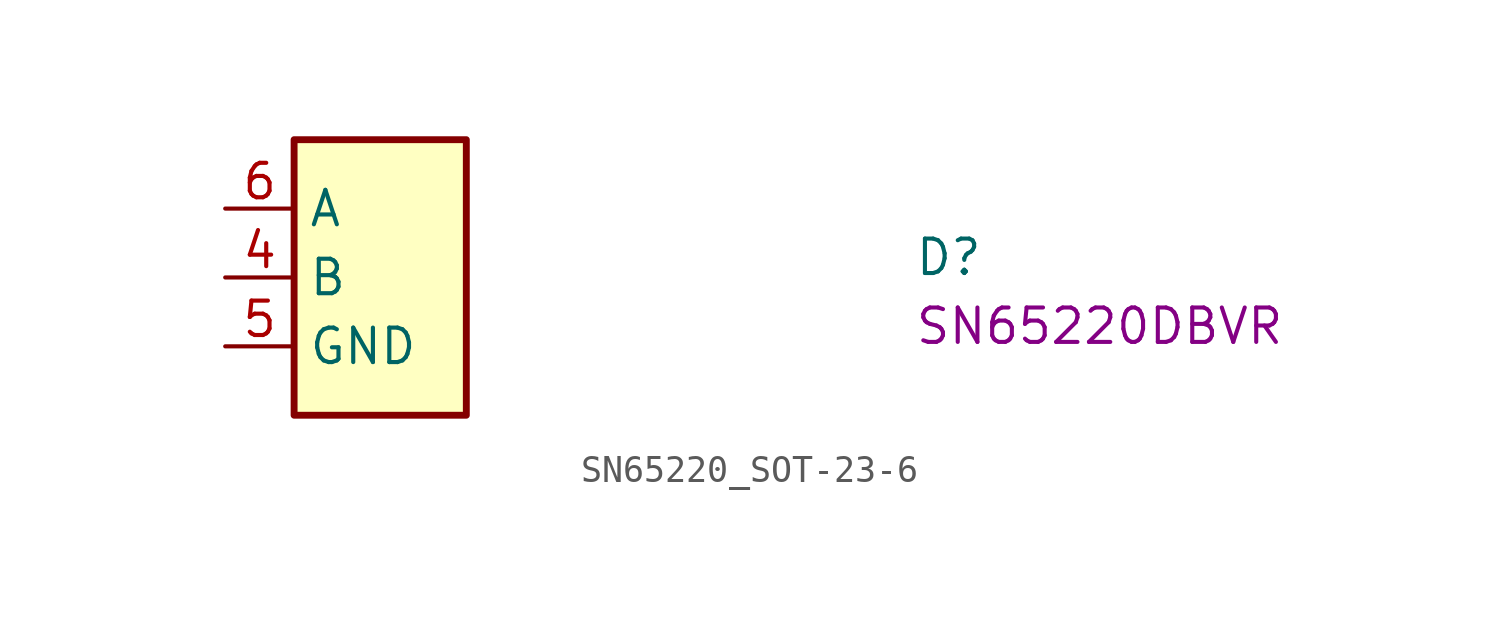
<source format=kicad_sym>
(kicad_symbol_lib
  (version 20220914)
  (generator kicad_symbol_editor)
  (symbol "SN65220_SOT-23-6"
    (property "Reference" "D"
      (at 25.4 -2.54 0)
      (effects (font (size 1.27 1.27) (thickness 0.15)) (justify left bottom)))
    (property "MPN" "SN65220DBVR"
      (at 25.4 -5.08 0)
      (effects (font (size 1.27 1.27) (thickness 0.15)) (justify left bottom)))
    (symbol "SN65220_SOT-23-6_1_1"
      (rectangle (start 2.54 2.54) (end 8.89 -7.62) (stroke (width 0.254) (type default)) (fill (type background)))
      (pin no_connect line (at 8.89 0 180) (length 2.54) hide (name "1" (effects (font (size 1.27 1.27)))) (number "1" (effects (font (size 1.27 1.27)))))
      (pin passive line (at 0 -5.08 0) (length 2.54) hide (name "GND" (effects (font (size 1.27 1.27)))) (number "2" (effects (font (size 1.27 1.27)))))
      (pin no_connect line (at 8.89 -1.27 180) (length 2.54) hide (name "3" (effects (font (size 1.27 1.27)))) (number "3" (effects (font (size 1.27 1.27)))))
      (pin input line (at 0 -2.54 0) (length 2.54) (name "B" (effects (font (size 1.27 1.27)))) (number "4" (effects (font (size 1.27 1.27)))))
      (pin power_in line (at 0 -5.08 0) (length 2.54) (name "GND" (effects (font (size 1.27 1.27)))) (number "5" (effects (font (size 1.27 1.27)))))
      (pin input line (at 0 0 0) (length 2.54) (name "A" (effects (font (size 1.27 1.27)))) (number "6" (effects (font (size 1.27 1.27))))))))
</source>
